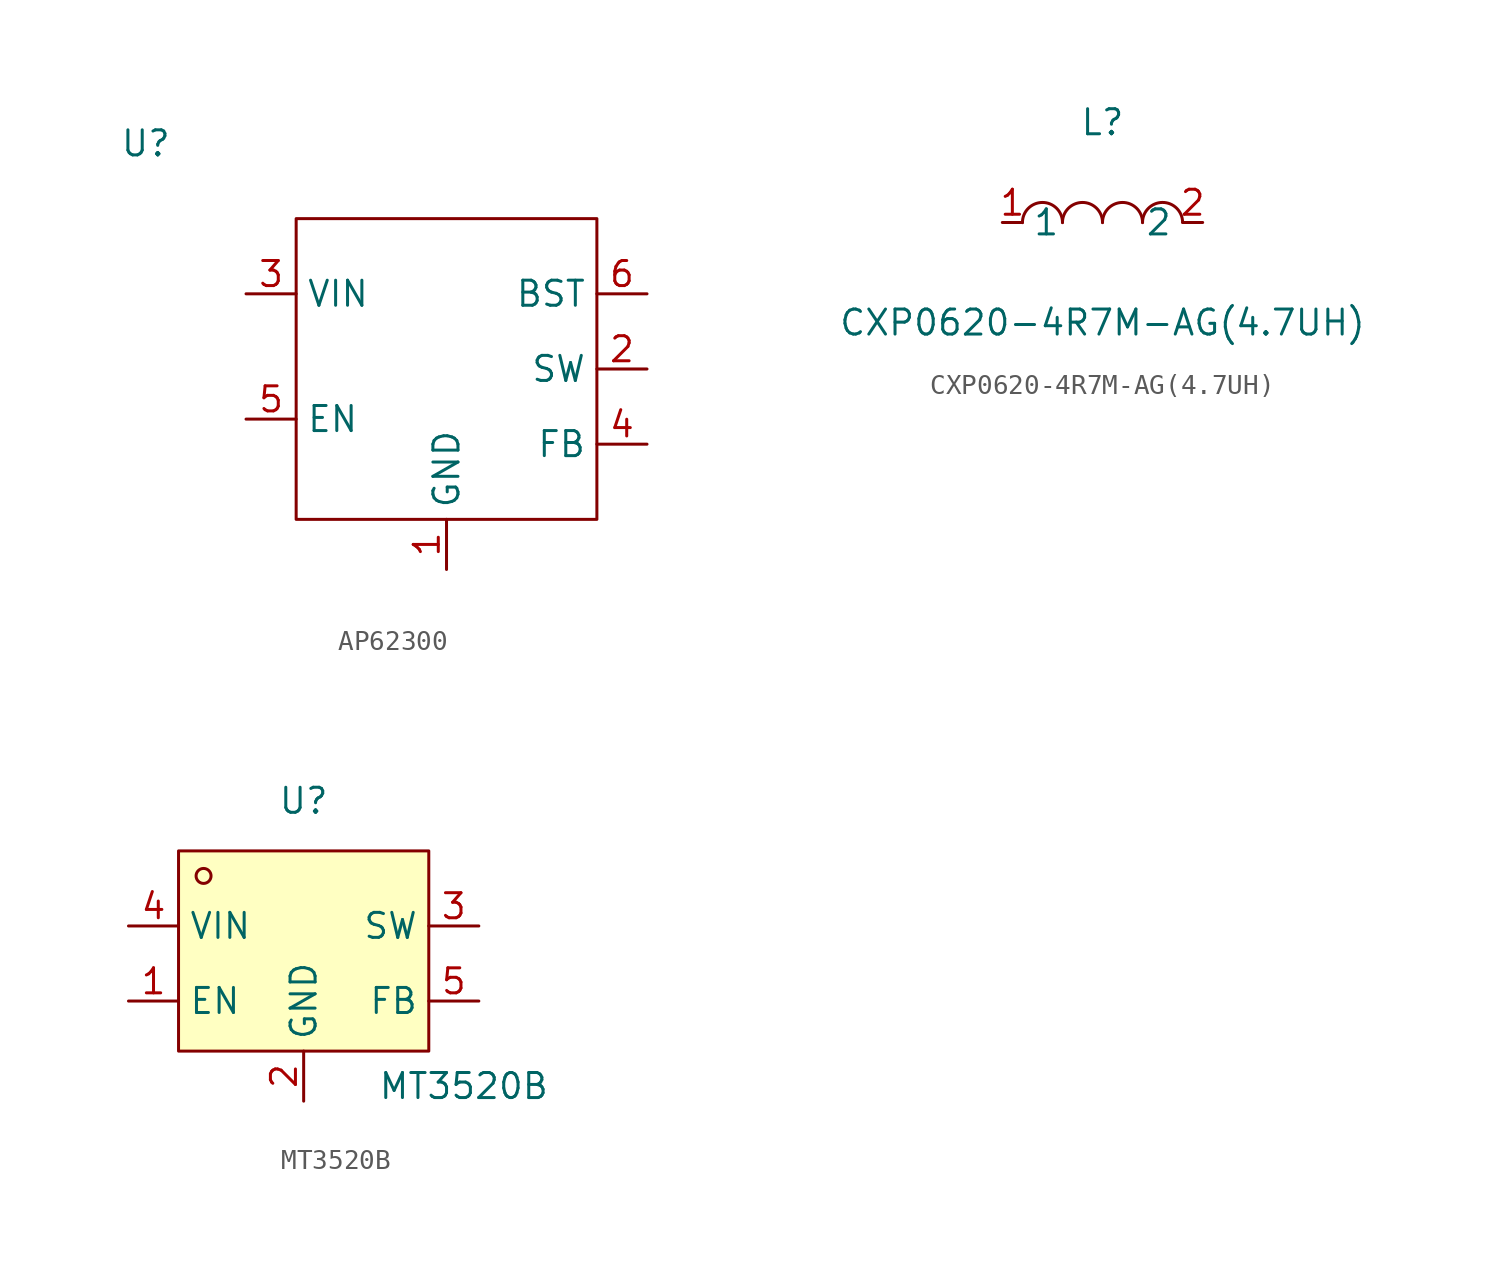
<source format=kicad_sym>
(kicad_symbol_lib
  (version 20241209)
  (generator "kicad_symbol_editor")
  (generator_version "9.0")
  (symbol "AP62300"
    (property "Reference" "U"
      (at 0 0 0)
      (effects (font (size 1.27 1.27))))
    (property "Value" ""
      (at 0 0 0)
      (effects (font (size 1.27 1.27))))
    (symbol "AP62300_0_1"
      (rectangle (start 7.62 -3.81) (end 22.86 -19.05) (stroke (width 0) (type default)) (fill (type none))))
    (symbol "AP62300_1_1"
      (pin passive line (at 5.08 -7.62 0) (length 2.54) (name "VIN" (effects (font (size 1.27 1.27)))) (number "3" (effects (font (size 1.27 1.27)))))
      (pin passive line (at 5.08 -13.97 0) (length 2.54) (name "EN" (effects (font (size 1.27 1.27)))) (number "5" (effects (font (size 1.27 1.27)))))
      (pin passive line (at 15.24 -21.59 90) (length 2.54) (name "GND" (effects (font (size 1.27 1.27)))) (number "1" (effects (font (size 1.27 1.27)))))
      (pin passive line (at 25.4 -7.62 180) (length 2.54) (name "BST" (effects (font (size 1.27 1.27)))) (number "6" (effects (font (size 1.27 1.27)))))
      (pin passive line (at 25.4 -11.43 180) (length 2.54) (name "SW" (effects (font (size 1.27 1.27)))) (number "2" (effects (font (size 1.27 1.27)))))
      (pin passive line (at 25.4 -15.24 180) (length 2.54) (name "FB" (effects (font (size 1.27 1.27)))) (number "4" (effects (font (size 1.27 1.27)))))))
  (symbol "CXP0620-4R7M-AG(4.7UH)"
    (property "Reference" "L"
      (at 0 5.08 0)
      (effects (font (size 1.27 1.27))))
    (property "Value" "CXP0620-4R7M-AG(4.7UH)"
      (at 0 -5.08 0)
      (effects (font (size 1.27 1.27))))
    (symbol "CXP0620-4R7M-AG(4.7UH)_0_1"
      (arc (start -4.06 -0.01) (mid -2.83 0.99) (end -2.03 0.01) (stroke (width 0) (type default)) (fill (type none)))
      (arc (start -2.03 -0.01) (mid -0.8 0.99) (end 0 0.01) (stroke (width 0) (type default)) (fill (type none)))
      (arc (start 0 -0.01) (mid 1.23 0.99) (end 2.03 0.01) (stroke (width 0) (type default)) (fill (type none)))
      (arc (start 2.03 -0.01) (mid 3.26 0.99) (end 4.06 0.01) (stroke (width 0) (type default)) (fill (type none)))
      (pin unspecified line (at -5.08 0 0) (length 1.016) (name "1" (effects (font (size 1.27 1.27)))) (number "1" (effects (font (size 1.27 1.27)))))
      (pin unspecified line (at 5.08 0 180) (length 1.016) (name "2" (effects (font (size 1.27 1.27)))) (number "2" (effects (font (size 1.27 1.27)))))))
  (symbol "MT3520B"
    (property "Reference" "U"
      (at 0 7.62 0)
      (effects (font (size 1.27 1.27))))
    (property "Value" "MT3520B"
      (at 8.128 -6.858 0)
      (effects (font (size 1.27 1.27))))
    (symbol "MT3520B_0_1"
      (rectangle (start -6.35 5.08) (end 6.35 -5.08) (stroke (width 0) (type default)) (fill (type background)))
      (circle (center -5.08 3.81) (radius 0.38) (stroke (width 0) (type default)) (fill (type none)))
      (pin passive line (at -8.89 -2.54 0) (length 2.54) (name "EN" (effects (font (size 1.27 1.27)))) (number "1" (effects (font (size 1.27 1.27)))))
      (pin passive line (at 0 -7.62 90) (length 2.54) (name "GND" (effects (font (size 1.27 1.27)))) (number "2" (effects (font (size 1.27 1.27)))))
      (pin passive line (at 8.89 1.27 180) (length 2.54) (name "SW" (effects (font (size 1.27 1.27)))) (number "3" (effects (font (size 1.27 1.27)))))
      (pin passive line (at 8.89 -2.54 180) (length 2.54) (name "FB" (effects (font (size 1.27 1.27)))) (number "5" (effects (font (size 1.27 1.27))))))
    (symbol "MT3520B_1_1"
      (pin passive line (at -8.89 1.27 0) (length 2.54) (name "VIN" (effects (font (size 1.27 1.27)))) (number "4" (effects (font (size 1.27 1.27))))))))
</source>
